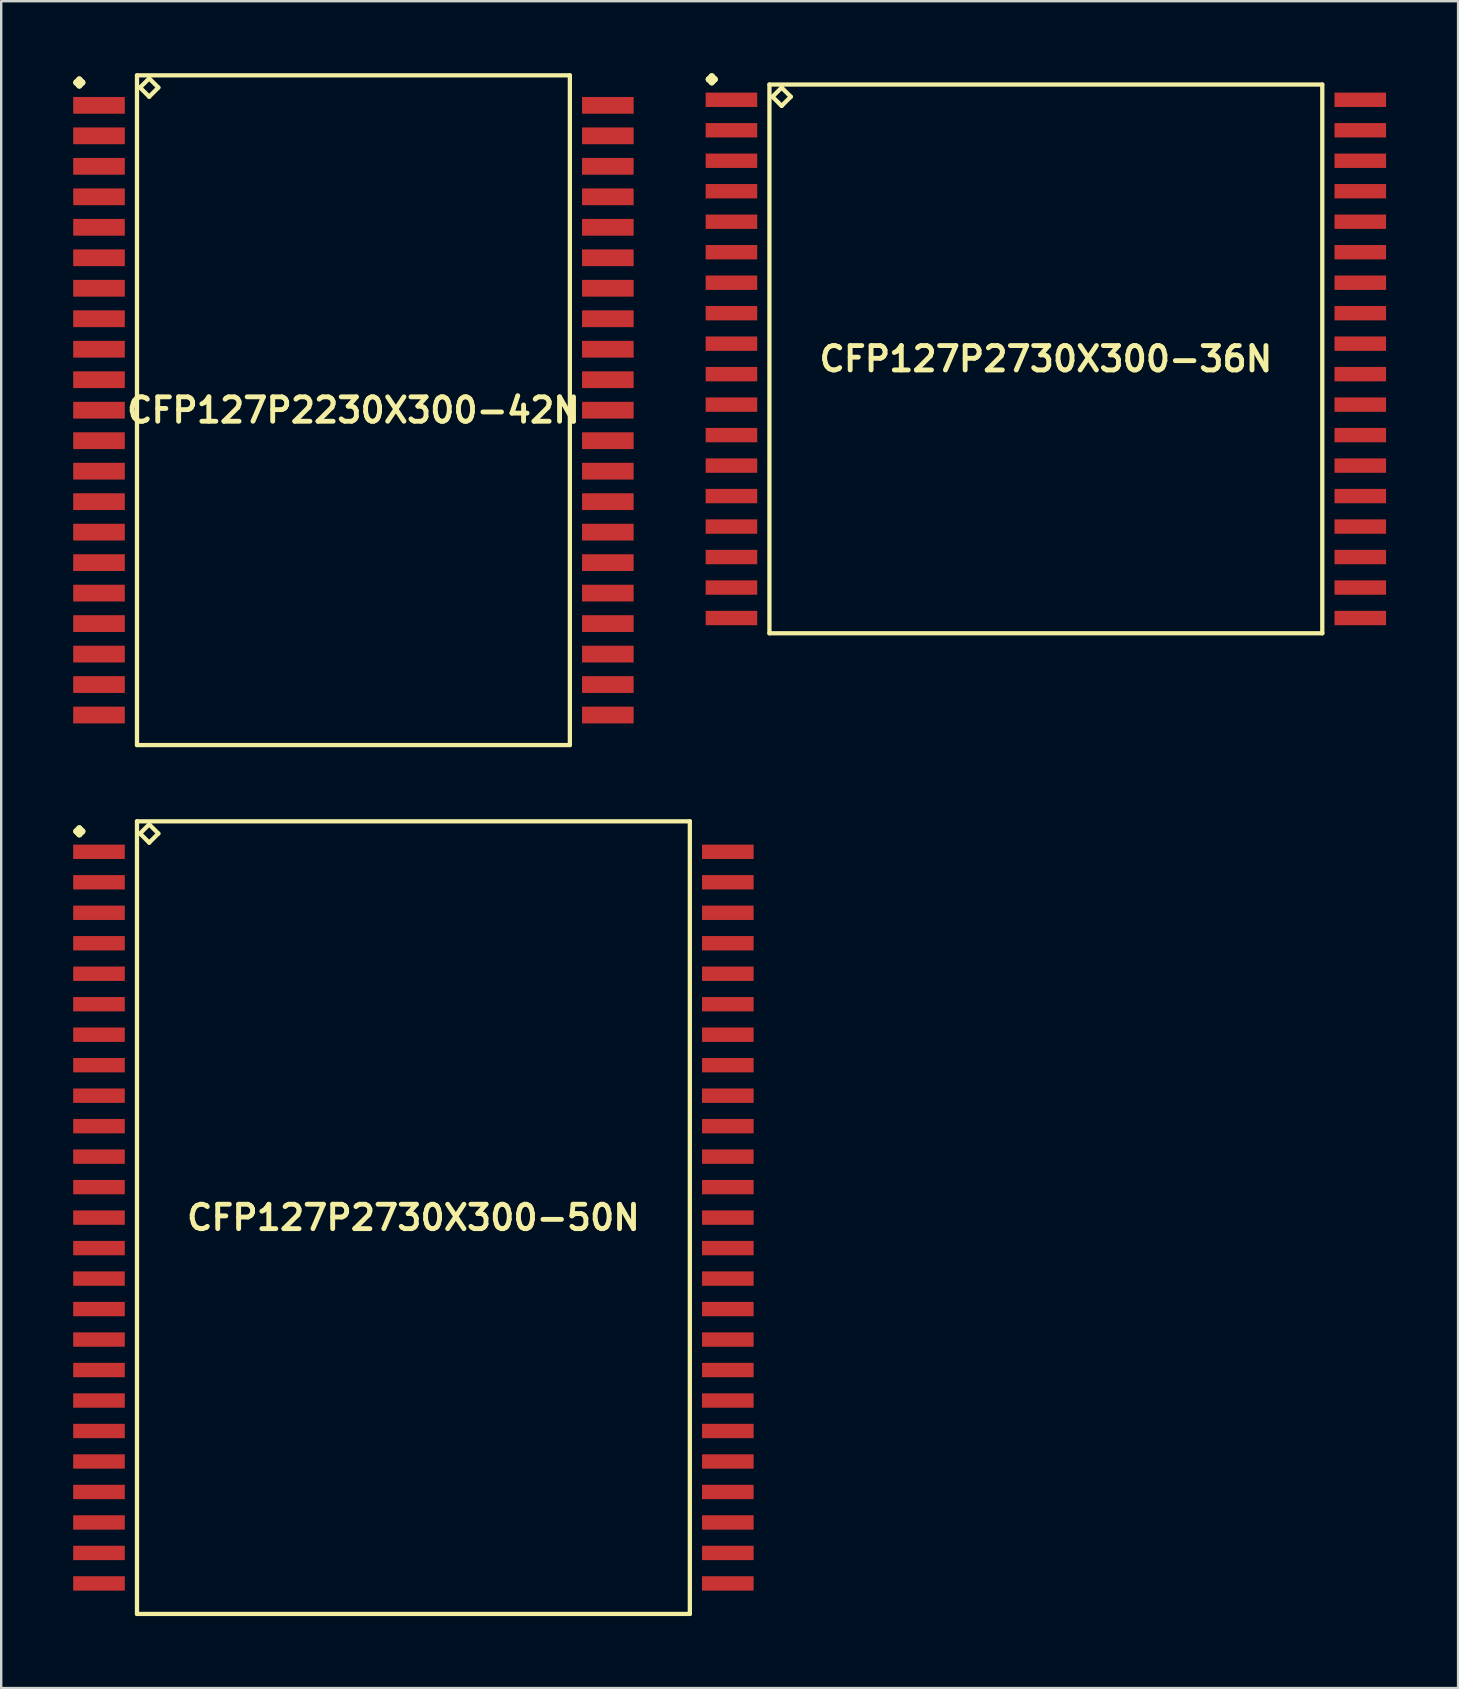
<source format=kicad_pcb>
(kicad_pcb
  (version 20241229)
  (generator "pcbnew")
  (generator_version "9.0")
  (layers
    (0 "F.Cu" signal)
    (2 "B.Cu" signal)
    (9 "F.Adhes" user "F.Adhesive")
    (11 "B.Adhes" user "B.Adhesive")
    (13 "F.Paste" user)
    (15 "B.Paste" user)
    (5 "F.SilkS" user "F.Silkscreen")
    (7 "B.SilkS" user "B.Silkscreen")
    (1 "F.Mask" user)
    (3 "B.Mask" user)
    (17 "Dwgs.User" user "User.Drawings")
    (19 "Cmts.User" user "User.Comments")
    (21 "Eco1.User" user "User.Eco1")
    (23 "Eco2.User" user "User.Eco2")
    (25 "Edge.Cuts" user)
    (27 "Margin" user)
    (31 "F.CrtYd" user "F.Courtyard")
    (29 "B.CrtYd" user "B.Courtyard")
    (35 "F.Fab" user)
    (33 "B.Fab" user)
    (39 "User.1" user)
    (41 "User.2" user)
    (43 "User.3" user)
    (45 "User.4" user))
  (footprint "CFP127P2730X300-36N"
    (layer "F.Cu")
    (at 40.521 11.902)
    (property "Reference" "CFP127P2730X300-36N" (at 0 0 0) (layer "F.SilkS") (effects (font (size 1.016 1.016) (thickness 0.203))))
    (attr smd)
    (fp_line (start -14.046 -11.648) (end -13.919 -11.775) (stroke (width 0.254) (type solid)) (layer "F.SilkS"))
    (fp_line (start -13.919 -11.775) (end -13.792 -11.648) (stroke (width 0.254) (type solid)) (layer "F.SilkS"))
    (fp_line (start -13.919 -11.521) (end -14.046 -11.648) (stroke (width 0.254) (type solid)) (layer "F.SilkS"))
    (fp_line (start -13.792 -11.648) (end -13.919 -11.521) (stroke (width 0.254) (type solid)) (layer "F.SilkS"))
    (fp_line (start -11.516 -11.43) (end -11.516 11.43) (stroke (width 0.178) (type solid)) (layer "F.SilkS"))
    (fp_line (start -11.516 11.43) (end 11.516 11.43) (stroke (width 0.178) (type solid)) (layer "F.SilkS"))
    (fp_line (start -11.389 -10.922) (end -11.008 -11.303) (stroke (width 0.178) (type solid)) (layer "F.SilkS"))
    (fp_line (start -11.008 -11.303) (end -10.627 -10.922) (stroke (width 0.178) (type solid)) (layer "F.SilkS"))
    (fp_line (start -11.008 -10.541) (end -11.389 -10.922) (stroke (width 0.178) (type solid)) (layer "F.SilkS"))
    (fp_line (start -10.627 -10.922) (end -11.008 -10.541) (stroke (width 0.178) (type solid)) (layer "F.SilkS"))
    (fp_line (start 11.516 -11.43) (end -11.516 -11.43) (stroke (width 0.178) (type solid)) (layer "F.SilkS"))
    (fp_line (start 11.516 11.43) (end 11.516 -11.43) (stroke (width 0.178) (type solid)) (layer "F.SilkS"))
    (pad "1" smd rect (at -13.099 -10.795) (size 2.149 0.599) (layers "F.Cu" "F.Mask" "F.Paste"))
    (pad "2" smd rect (at -13.099 -9.525) (size 2.149 0.599) (layers "F.Cu" "F.Mask" "F.Paste"))
    (pad "3" smd rect (at -13.099 -8.255) (size 2.149 0.599) (layers "F.Cu" "F.Mask" "F.Paste"))
    (pad "4" smd rect (at -13.099 -6.985) (size 2.149 0.599) (layers "F.Cu" "F.Mask" "F.Paste"))
    (pad "5" smd rect (at -13.099 -5.715) (size 2.149 0.599) (layers "F.Cu" "F.Mask" "F.Paste"))
    (pad "6" smd rect (at -13.099 -4.445) (size 2.149 0.599) (layers "F.Cu" "F.Mask" "F.Paste"))
    (pad "7" smd rect (at -13.099 -3.175) (size 2.149 0.599) (layers "F.Cu" "F.Mask" "F.Paste"))
    (pad "8" smd rect (at -13.099 -1.905) (size 2.149 0.599) (layers "F.Cu" "F.Mask" "F.Paste"))
    (pad "9" smd rect (at -13.099 -0.635) (size 2.149 0.599) (layers "F.Cu" "F.Mask" "F.Paste"))
    (pad "10" smd rect (at -13.099 0.635) (size 2.149 0.599) (layers "F.Cu" "F.Mask" "F.Paste"))
    (pad "11" smd rect (at -13.099 1.905) (size 2.149 0.599) (layers "F.Cu" "F.Mask" "F.Paste"))
    (pad "12" smd rect (at -13.099 3.175) (size 2.149 0.599) (layers "F.Cu" "F.Mask" "F.Paste"))
    (pad "13" smd rect (at -13.099 4.445) (size 2.149 0.599) (layers "F.Cu" "F.Mask" "F.Paste"))
    (pad "14" smd rect (at -13.099 5.715) (size 2.149 0.599) (layers "F.Cu" "F.Mask" "F.Paste"))
    (pad "15" smd rect (at -13.099 6.985) (size 2.149 0.599) (layers "F.Cu" "F.Mask" "F.Paste"))
    (pad "16" smd rect (at -13.099 8.255) (size 2.149 0.599) (layers "F.Cu" "F.Mask" "F.Paste"))
    (pad "17" smd rect (at -13.099 9.525) (size 2.149 0.599) (layers "F.Cu" "F.Mask" "F.Paste"))
    (pad "18" smd rect (at -13.099 10.795) (size 2.149 0.599) (layers "F.Cu" "F.Mask" "F.Paste"))
    (pad "19" smd rect (at 13.099 10.795) (size 2.149 0.599) (layers "F.Cu" "F.Mask" "F.Paste"))
    (pad "20" smd rect (at 13.099 9.525) (size 2.149 0.599) (layers "F.Cu" "F.Mask" "F.Paste"))
    (pad "21" smd rect (at 13.099 8.255) (size 2.149 0.599) (layers "F.Cu" "F.Mask" "F.Paste"))
    (pad "22" smd rect (at 13.099 6.985) (size 2.149 0.599) (layers "F.Cu" "F.Mask" "F.Paste"))
    (pad "23" smd rect (at 13.099 5.715) (size 2.149 0.599) (layers "F.Cu" "F.Mask" "F.Paste"))
    (pad "24" smd rect (at 13.099 4.445) (size 2.149 0.599) (layers "F.Cu" "F.Mask" "F.Paste"))
    (pad "25" smd rect (at 13.099 3.175) (size 2.149 0.599) (layers "F.Cu" "F.Mask" "F.Paste"))
    (pad "26" smd rect (at 13.099 1.905) (size 2.149 0.599) (layers "F.Cu" "F.Mask" "F.Paste"))
    (pad "27" smd rect (at 13.099 0.635) (size 2.149 0.599) (layers "F.Cu" "F.Mask" "F.Paste"))
    (pad "28" smd rect (at 13.099 -0.635) (size 2.149 0.599) (layers "F.Cu" "F.Mask" "F.Paste"))
    (pad "29" smd rect (at 13.099 -1.905) (size 2.149 0.599) (layers "F.Cu" "F.Mask" "F.Paste"))
    (pad "30" smd rect (at 13.099 -3.175) (size 2.149 0.599) (layers "F.Cu" "F.Mask" "F.Paste"))
    (pad "31" smd rect (at 13.099 -4.445) (size 2.149 0.599) (layers "F.Cu" "F.Mask" "F.Paste"))
    (pad "32" smd rect (at 13.099 -5.715) (size 2.149 0.599) (layers "F.Cu" "F.Mask" "F.Paste"))
    (pad "33" smd rect (at 13.099 -6.985) (size 2.149 0.599) (layers "F.Cu" "F.Mask" "F.Paste"))
    (pad "34" smd rect (at 13.099 -8.255) (size 2.149 0.599) (layers "F.Cu" "F.Mask" "F.Paste"))
    (pad "35" smd rect (at 13.099 -9.525) (size 2.149 0.599) (layers "F.Cu" "F.Mask" "F.Paste"))
    (pad "36" smd rect (at 13.099 -10.795) (size 2.149 0.599) (layers "F.Cu" "F.Mask" "F.Paste")))
  (footprint "CFP127P2730X300-50N"
    (layer "F.Cu")
    (at 14.173 47.676)
    (property "Reference" "CFP127P2730X300-50N" (at 0 0 0) (layer "F.SilkS") (effects (font (size 1.016 1.016) (thickness 0.203))))
    (attr smd)
    (fp_line (start -14.046 -16.093) (end -13.919 -16.22) (stroke (width 0.254) (type solid)) (layer "F.SilkS"))
    (fp_line (start -13.919 -16.22) (end -13.792 -16.093) (stroke (width 0.254) (type solid)) (layer "F.SilkS"))
    (fp_line (start -13.919 -15.966) (end -14.046 -16.093) (stroke (width 0.254) (type solid)) (layer "F.SilkS"))
    (fp_line (start -13.792 -16.093) (end -13.919 -15.966) (stroke (width 0.254) (type solid)) (layer "F.SilkS"))
    (fp_line (start -11.516 -16.51) (end -11.516 16.51) (stroke (width 0.178) (type solid)) (layer "F.SilkS"))
    (fp_line (start -11.516 16.51) (end 11.516 16.51) (stroke (width 0.178) (type solid)) (layer "F.SilkS"))
    (fp_line (start -11.389 -16.002) (end -11.008 -16.383) (stroke (width 0.178) (type solid)) (layer "F.SilkS"))
    (fp_line (start -11.008 -16.383) (end -10.627 -16.002) (stroke (width 0.178) (type solid)) (layer "F.SilkS"))
    (fp_line (start -11.008 -15.621) (end -11.389 -16.002) (stroke (width 0.178) (type solid)) (layer "F.SilkS"))
    (fp_line (start -10.627 -16.002) (end -11.008 -15.621) (stroke (width 0.178) (type solid)) (layer "F.SilkS"))
    (fp_line (start 11.516 -16.51) (end -11.516 -16.51) (stroke (width 0.178) (type solid)) (layer "F.SilkS"))
    (fp_line (start 11.516 16.51) (end 11.516 -16.51) (stroke (width 0.178) (type solid)) (layer "F.SilkS"))
    (pad "1" smd rect (at -13.099 -15.24) (size 2.149 0.599) (layers "F.Cu" "F.Mask" "F.Paste"))
    (pad "2" smd rect (at -13.099 -13.97) (size 2.149 0.599) (layers "F.Cu" "F.Mask" "F.Paste"))
    (pad "3" smd rect (at -13.099 -12.7) (size 2.149 0.599) (layers "F.Cu" "F.Mask" "F.Paste"))
    (pad "4" smd rect (at -13.099 -11.43) (size 2.149 0.599) (layers "F.Cu" "F.Mask" "F.Paste"))
    (pad "5" smd rect (at -13.099 -10.16) (size 2.149 0.599) (layers "F.Cu" "F.Mask" "F.Paste"))
    (pad "6" smd rect (at -13.099 -8.89) (size 2.149 0.599) (layers "F.Cu" "F.Mask" "F.Paste"))
    (pad "7" smd rect (at -13.099 -7.62) (size 2.149 0.599) (layers "F.Cu" "F.Mask" "F.Paste"))
    (pad "8" smd rect (at -13.099 -6.35) (size 2.149 0.599) (layers "F.Cu" "F.Mask" "F.Paste"))
    (pad "9" smd rect (at -13.099 -5.08) (size 2.149 0.599) (layers "F.Cu" "F.Mask" "F.Paste"))
    (pad "10" smd rect (at -13.099 -3.81) (size 2.149 0.599) (layers "F.Cu" "F.Mask" "F.Paste"))
    (pad "11" smd rect (at -13.099 -2.54) (size 2.149 0.599) (layers "F.Cu" "F.Mask" "F.Paste"))
    (pad "12" smd rect (at -13.099 -1.27) (size 2.149 0.599) (layers "F.Cu" "F.Mask" "F.Paste"))
    (pad "13" smd rect (at -13.099 0) (size 2.149 0.599) (layers "F.Cu" "F.Mask" "F.Paste"))
    (pad "14" smd rect (at -13.099 1.27) (size 2.149 0.599) (layers "F.Cu" "F.Mask" "F.Paste"))
    (pad "15" smd rect (at -13.099 2.54) (size 2.149 0.599) (layers "F.Cu" "F.Mask" "F.Paste"))
    (pad "16" smd rect (at -13.099 3.81) (size 2.149 0.599) (layers "F.Cu" "F.Mask" "F.Paste"))
    (pad "17" smd rect (at -13.099 5.08) (size 2.149 0.599) (layers "F.Cu" "F.Mask" "F.Paste"))
    (pad "18" smd rect (at -13.099 6.35) (size 2.149 0.599) (layers "F.Cu" "F.Mask" "F.Paste"))
    (pad "19" smd rect (at -13.099 7.62) (size 2.149 0.599) (layers "F.Cu" "F.Mask" "F.Paste"))
    (pad "20" smd rect (at -13.099 8.89) (size 2.149 0.599) (layers "F.Cu" "F.Mask" "F.Paste"))
    (pad "21" smd rect (at -13.099 10.16) (size 2.149 0.599) (layers "F.Cu" "F.Mask" "F.Paste"))
    (pad "22" smd rect (at -13.099 11.43) (size 2.149 0.599) (layers "F.Cu" "F.Mask" "F.Paste"))
    (pad "23" smd rect (at -13.099 12.7) (size 2.149 0.599) (layers "F.Cu" "F.Mask" "F.Paste"))
    (pad "24" smd rect (at -13.099 13.97) (size 2.149 0.599) (layers "F.Cu" "F.Mask" "F.Paste"))
    (pad "25" smd rect (at -13.099 15.24) (size 2.149 0.599) (layers "F.Cu" "F.Mask" "F.Paste"))
    (pad "26" smd rect (at 13.099 15.24) (size 2.149 0.599) (layers "F.Cu" "F.Mask" "F.Paste"))
    (pad "27" smd rect (at 13.099 13.97) (size 2.149 0.599) (layers "F.Cu" "F.Mask" "F.Paste"))
    (pad "28" smd rect (at 13.099 12.7) (size 2.149 0.599) (layers "F.Cu" "F.Mask" "F.Paste"))
    (pad "29" smd rect (at 13.099 11.43) (size 2.149 0.599) (layers "F.Cu" "F.Mask" "F.Paste"))
    (pad "30" smd rect (at 13.099 10.16) (size 2.149 0.599) (layers "F.Cu" "F.Mask" "F.Paste"))
    (pad "31" smd rect (at 13.099 8.89) (size 2.149 0.599) (layers "F.Cu" "F.Mask" "F.Paste"))
    (pad "32" smd rect (at 13.099 7.62) (size 2.149 0.599) (layers "F.Cu" "F.Mask" "F.Paste"))
    (pad "33" smd rect (at 13.099 6.35) (size 2.149 0.599) (layers "F.Cu" "F.Mask" "F.Paste"))
    (pad "34" smd rect (at 13.099 5.08) (size 2.149 0.599) (layers "F.Cu" "F.Mask" "F.Paste"))
    (pad "35" smd rect (at 13.099 3.81) (size 2.149 0.599) (layers "F.Cu" "F.Mask" "F.Paste"))
    (pad "36" smd rect (at 13.099 2.54) (size 2.149 0.599) (layers "F.Cu" "F.Mask" "F.Paste"))
    (pad "37" smd rect (at 13.099 1.27) (size 2.149 0.599) (layers "F.Cu" "F.Mask" "F.Paste"))
    (pad "38" smd rect (at 13.099 0) (size 2.149 0.599) (layers "F.Cu" "F.Mask" "F.Paste"))
    (pad "39" smd rect (at 13.099 -1.27) (size 2.149 0.599) (layers "F.Cu" "F.Mask" "F.Paste"))
    (pad "40" smd rect (at 13.099 -2.54) (size 2.149 0.599) (layers "F.Cu" "F.Mask" "F.Paste"))
    (pad "41" smd rect (at 13.099 -3.81) (size 2.149 0.599) (layers "F.Cu" "F.Mask" "F.Paste"))
    (pad "42" smd rect (at 13.099 -5.08) (size 2.149 0.599) (layers "F.Cu" "F.Mask" "F.Paste"))
    (pad "43" smd rect (at 13.099 -6.35) (size 2.149 0.599) (layers "F.Cu" "F.Mask" "F.Paste"))
    (pad "44" smd rect (at 13.099 -7.62) (size 2.149 0.599) (layers "F.Cu" "F.Mask" "F.Paste"))
    (pad "45" smd rect (at 13.099 -8.89) (size 2.149 0.599) (layers "F.Cu" "F.Mask" "F.Paste"))
    (pad "46" smd rect (at 13.099 -10.16) (size 2.149 0.599) (layers "F.Cu" "F.Mask" "F.Paste"))
    (pad "47" smd rect (at 13.099 -11.43) (size 2.149 0.599) (layers "F.Cu" "F.Mask" "F.Paste"))
    (pad "48" smd rect (at 13.099 -12.7) (size 2.149 0.599) (layers "F.Cu" "F.Mask" "F.Paste"))
    (pad "49" smd rect (at 13.099 -13.97) (size 2.149 0.599) (layers "F.Cu" "F.Mask" "F.Paste"))
    (pad "50" smd rect (at 13.099 -15.24) (size 2.149 0.599) (layers "F.Cu" "F.Mask" "F.Paste")))
  (footprint "CFP127P2230X300-42N"
    (layer "F.Cu")
    (at 11.674 14.039)
    (property "Reference" "CFP127P2230X300-42N" (at 0 0 0) (layer "F.SilkS") (effects (font (size 1.016 1.016) (thickness 0.203))))
    (attr smd)
    (fp_line (start -11.547 -13.652) (end -11.42 -13.78) (stroke (width 0.254) (type solid)) (layer "F.SilkS"))
    (fp_line (start -11.42 -13.78) (end -11.293 -13.652) (stroke (width 0.254) (type solid)) (layer "F.SilkS"))
    (fp_line (start -11.42 -13.525) (end -11.547 -13.652) (stroke (width 0.254) (type solid)) (layer "F.SilkS"))
    (fp_line (start -11.293 -13.652) (end -11.42 -13.525) (stroke (width 0.254) (type solid)) (layer "F.SilkS"))
    (fp_line (start -9.017 -13.95) (end -9.017 13.95) (stroke (width 0.178) (type solid)) (layer "F.SilkS"))
    (fp_line (start -9.017 13.95) (end 9.017 13.95) (stroke (width 0.178) (type solid)) (layer "F.SilkS"))
    (fp_line (start -8.89 -13.442) (end -8.509 -13.823) (stroke (width 0.178) (type solid)) (layer "F.SilkS"))
    (fp_line (start -8.509 -13.823) (end -8.128 -13.442) (stroke (width 0.178) (type solid)) (layer "F.SilkS"))
    (fp_line (start -8.509 -13.061) (end -8.89 -13.442) (stroke (width 0.178) (type solid)) (layer "F.SilkS"))
    (fp_line (start -8.128 -13.442) (end -8.509 -13.061) (stroke (width 0.178) (type solid)) (layer "F.SilkS"))
    (fp_line (start 9.017 -13.95) (end -9.017 -13.95) (stroke (width 0.178) (type solid)) (layer "F.SilkS"))
    (fp_line (start 9.017 13.95) (end 9.017 -13.95) (stroke (width 0.178) (type solid)) (layer "F.SilkS"))
    (pad "1" smd rect (at -10.599 -12.7) (size 2.149 0.699) (layers "F.Cu" "F.Mask" "F.Paste"))
    (pad "2" smd rect (at -10.599 -11.43) (size 2.149 0.699) (layers "F.Cu" "F.Mask" "F.Paste"))
    (pad "3" smd rect (at -10.599 -10.16) (size 2.149 0.699) (layers "F.Cu" "F.Mask" "F.Paste"))
    (pad "4" smd rect (at -10.599 -8.89) (size 2.149 0.699) (layers "F.Cu" "F.Mask" "F.Paste"))
    (pad "5" smd rect (at -10.599 -7.62) (size 2.149 0.699) (layers "F.Cu" "F.Mask" "F.Paste"))
    (pad "6" smd rect (at -10.599 -6.35) (size 2.149 0.699) (layers "F.Cu" "F.Mask" "F.Paste"))
    (pad "7" smd rect (at -10.599 -5.08) (size 2.149 0.699) (layers "F.Cu" "F.Mask" "F.Paste"))
    (pad "8" smd rect (at -10.599 -3.81) (size 2.149 0.699) (layers "F.Cu" "F.Mask" "F.Paste"))
    (pad "9" smd rect (at -10.599 -2.54) (size 2.149 0.699) (layers "F.Cu" "F.Mask" "F.Paste"))
    (pad "10" smd rect (at -10.599 -1.27) (size 2.149 0.699) (layers "F.Cu" "F.Mask" "F.Paste"))
    (pad "11" smd rect (at -10.599 0) (size 2.149 0.699) (layers "F.Cu" "F.Mask" "F.Paste"))
    (pad "12" smd rect (at -10.599 1.27) (size 2.149 0.699) (layers "F.Cu" "F.Mask" "F.Paste"))
    (pad "13" smd rect (at -10.599 2.54) (size 2.149 0.699) (layers "F.Cu" "F.Mask" "F.Paste"))
    (pad "14" smd rect (at -10.599 3.81) (size 2.149 0.699) (layers "F.Cu" "F.Mask" "F.Paste"))
    (pad "15" smd rect (at -10.599 5.08) (size 2.149 0.699) (layers "F.Cu" "F.Mask" "F.Paste"))
    (pad "16" smd rect (at -10.599 6.35) (size 2.149 0.699) (layers "F.Cu" "F.Mask" "F.Paste"))
    (pad "17" smd rect (at -10.599 7.62) (size 2.149 0.699) (layers "F.Cu" "F.Mask" "F.Paste"))
    (pad "18" smd rect (at -10.599 8.89) (size 2.149 0.699) (layers "F.Cu" "F.Mask" "F.Paste"))
    (pad "19" smd rect (at -10.599 10.16) (size 2.149 0.699) (layers "F.Cu" "F.Mask" "F.Paste"))
    (pad "20" smd rect (at -10.599 11.43) (size 2.149 0.699) (layers "F.Cu" "F.Mask" "F.Paste"))
    (pad "21" smd rect (at -10.599 12.7) (size 2.149 0.699) (layers "F.Cu" "F.Mask" "F.Paste"))
    (pad "22" smd rect (at 10.599 12.7) (size 2.149 0.699) (layers "F.Cu" "F.Mask" "F.Paste"))
    (pad "23" smd rect (at 10.599 11.43) (size 2.149 0.699) (layers "F.Cu" "F.Mask" "F.Paste"))
    (pad "24" smd rect (at 10.599 10.16) (size 2.149 0.699) (layers "F.Cu" "F.Mask" "F.Paste"))
    (pad "25" smd rect (at 10.599 8.89) (size 2.149 0.699) (layers "F.Cu" "F.Mask" "F.Paste"))
    (pad "26" smd rect (at 10.599 7.62) (size 2.149 0.699) (layers "F.Cu" "F.Mask" "F.Paste"))
    (pad "27" smd rect (at 10.599 6.35) (size 2.149 0.699) (layers "F.Cu" "F.Mask" "F.Paste"))
    (pad "28" smd rect (at 10.599 5.08) (size 2.149 0.699) (layers "F.Cu" "F.Mask" "F.Paste"))
    (pad "29" smd rect (at 10.599 3.81) (size 2.149 0.699) (layers "F.Cu" "F.Mask" "F.Paste"))
    (pad "30" smd rect (at 10.599 2.54) (size 2.149 0.699) (layers "F.Cu" "F.Mask" "F.Paste"))
    (pad "31" smd rect (at 10.599 1.27) (size 2.149 0.699) (layers "F.Cu" "F.Mask" "F.Paste"))
    (pad "32" smd rect (at 10.599 0) (size 2.149 0.699) (layers "F.Cu" "F.Mask" "F.Paste"))
    (pad "33" smd rect (at 10.599 -1.27) (size 2.149 0.699) (layers "F.Cu" "F.Mask" "F.Paste"))
    (pad "34" smd rect (at 10.599 -2.54) (size 2.149 0.699) (layers "F.Cu" "F.Mask" "F.Paste"))
    (pad "35" smd rect (at 10.599 -3.81) (size 2.149 0.699) (layers "F.Cu" "F.Mask" "F.Paste"))
    (pad "36" smd rect (at 10.599 -5.08) (size 2.149 0.699) (layers "F.Cu" "F.Mask" "F.Paste"))
    (pad "37" smd rect (at 10.599 -6.35) (size 2.149 0.699) (layers "F.Cu" "F.Mask" "F.Paste"))
    (pad "38" smd rect (at 10.599 -7.62) (size 2.149 0.699) (layers "F.Cu" "F.Mask" "F.Paste"))
    (pad "39" smd rect (at 10.599 -8.89) (size 2.149 0.699) (layers "F.Cu" "F.Mask" "F.Paste"))
    (pad "40" smd rect (at 10.599 -10.16) (size 2.149 0.699) (layers "F.Cu" "F.Mask" "F.Paste"))
    (pad "41" smd rect (at 10.599 -11.43) (size 2.149 0.699) (layers "F.Cu" "F.Mask" "F.Paste"))
    (pad "42" smd rect (at 10.599 -12.7) (size 2.149 0.699) (layers "F.Cu" "F.Mask" "F.Paste")))
  (gr_rect
    (start -3 -3)
    (end 57.694 67.275)
    (stroke (width 0.1) (type default))
    (fill no)
    (layer "Edge.Cuts")))
</source>
